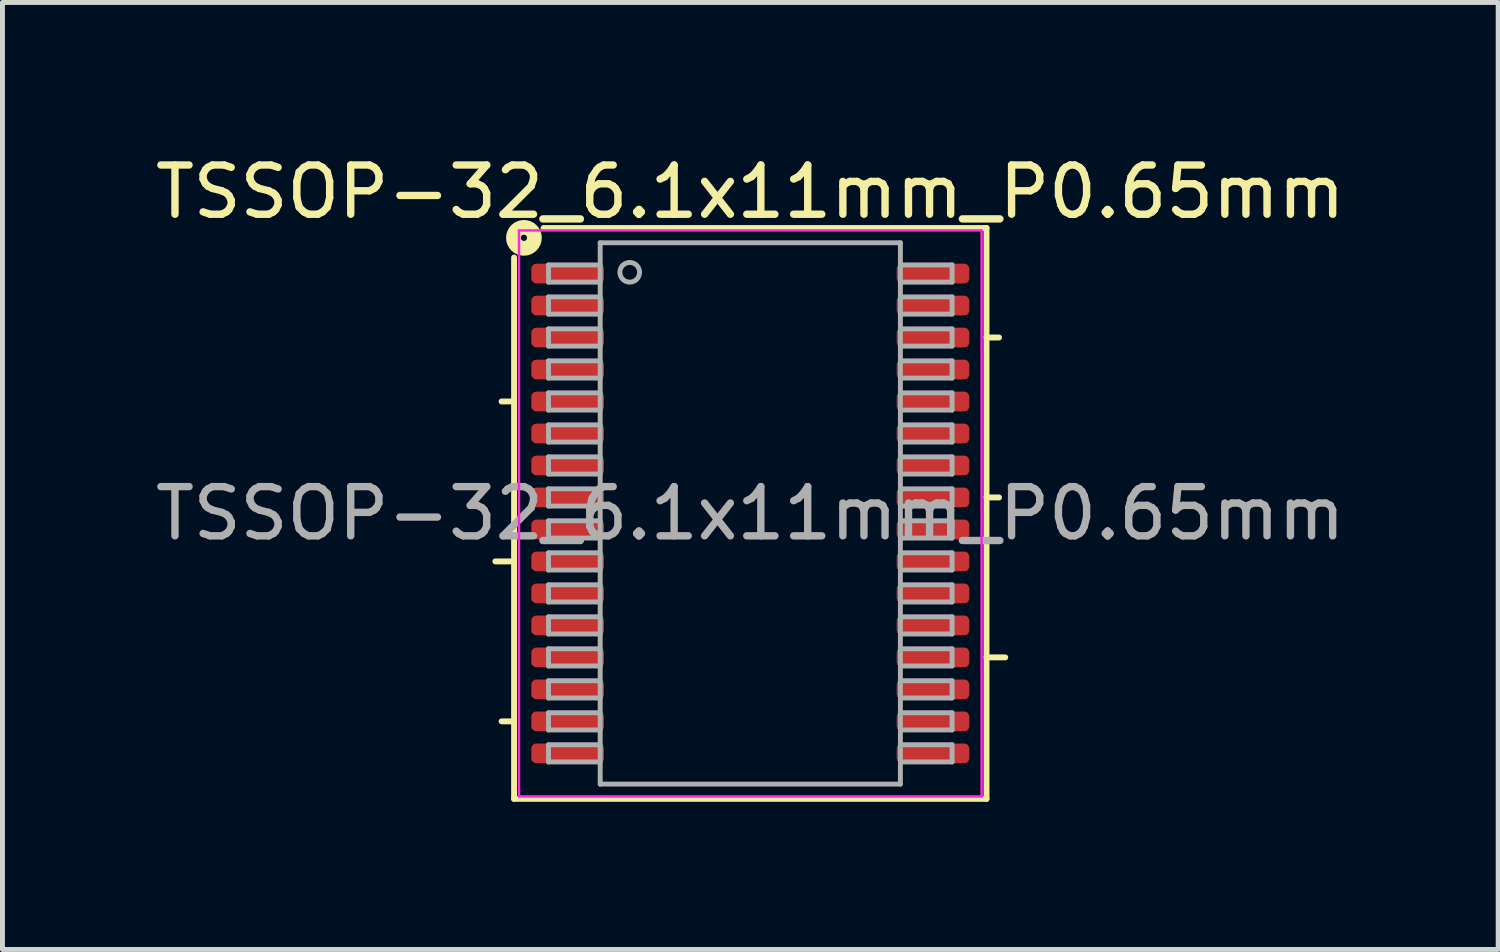
<source format=kicad_pcb>
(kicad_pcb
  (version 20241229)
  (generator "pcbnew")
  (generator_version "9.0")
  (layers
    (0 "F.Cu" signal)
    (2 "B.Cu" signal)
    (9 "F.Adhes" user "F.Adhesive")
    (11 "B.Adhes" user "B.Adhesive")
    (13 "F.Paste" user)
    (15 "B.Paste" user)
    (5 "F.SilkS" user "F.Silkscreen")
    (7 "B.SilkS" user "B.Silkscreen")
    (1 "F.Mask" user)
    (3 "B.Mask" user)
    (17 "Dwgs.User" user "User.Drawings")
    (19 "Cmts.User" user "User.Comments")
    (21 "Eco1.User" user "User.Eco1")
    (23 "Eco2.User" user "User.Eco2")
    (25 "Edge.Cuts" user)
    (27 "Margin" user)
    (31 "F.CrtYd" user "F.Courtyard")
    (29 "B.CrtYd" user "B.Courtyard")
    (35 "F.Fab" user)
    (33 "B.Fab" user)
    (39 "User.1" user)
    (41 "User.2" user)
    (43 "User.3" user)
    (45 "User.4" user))
  (footprint "TSSOP-32_6.1x11mm_P0.65mm"
    (layer "F.Cu")
    (at 12.196 7.383)
    (property "Reference" "TSSOP-32_6.1x11mm_P0.65mm" (at 0 -6.535 0) (layer "F.SilkS") (effects (font (size 1 1) (thickness 0.15))))
    (attr smd)
    (fp_line (start -4.8 -5.2) (end -4.8 5.8) (stroke (width 0.12) (type solid)) (layer "F.SilkS"))
    (fp_line (start -4.8 -2.275) (end -5.054 -2.275) (stroke (width 0.12) (type solid)) (layer "F.SilkS"))
    (fp_line (start -4.8 0.975) (end -5.181 0.975) (stroke (width 0.12) (type solid)) (layer "F.SilkS"))
    (fp_line (start -4.8 4.225) (end -5.054 4.225) (stroke (width 0.12) (type solid)) (layer "F.SilkS"))
    (fp_line (start -4.8 5.8) (end 4.8 5.8) (stroke (width 0.12) (type solid)) (layer "F.SilkS"))
    (fp_line (start 4.8 -5.8) (end -4.2 -5.8) (stroke (width 0.12) (type solid)) (layer "F.SilkS"))
    (fp_line (start 4.8 -3.575) (end 5.054 -3.575) (stroke (width 0.12) (type solid)) (layer "F.SilkS"))
    (fp_line (start 4.8 -0.325) (end 5.054 -0.325) (stroke (width 0.12) (type solid)) (layer "F.SilkS"))
    (fp_line (start 4.8 2.925) (end 5.181 2.925) (stroke (width 0.12) (type solid)) (layer "F.SilkS"))
    (fp_line (start 4.8 5.8) (end 4.8 -5.8) (stroke (width 0.12) (type solid)) (layer "F.SilkS"))
    (fp_circle (center -4.6 -5.6) (end -4.537 -5.6) (stroke (width 0.3) (type solid)) (fill no) (layer "F.SilkS"))
    (fp_line (start -4.7 -5.75) (end -4.7 5.75) (stroke (width 0.05) (type solid)) (layer "F.CrtYd"))
    (fp_line (start -4.7 5.75) (end 4.7 5.75) (stroke (width 0.05) (type solid)) (layer "F.CrtYd"))
    (fp_line (start 4.7 -5.75) (end -4.7 -5.75) (stroke (width 0.05) (type solid)) (layer "F.CrtYd"))
    (fp_line (start 4.7 5.75) (end 4.7 -5.75) (stroke (width 0.05) (type solid)) (layer "F.CrtYd"))
    (fp_line (start -4.1 -5.05) (end -4.1 -4.7) (stroke (width 0.1) (type solid)) (layer "F.Fab"))
    (fp_line (start -4.1 -5.05) (end -3.05 -5.05) (stroke (width 0.1) (type solid)) (layer "F.Fab"))
    (fp_line (start -4.1 -4.7) (end -3.05 -4.7) (stroke (width 0.1) (type solid)) (layer "F.Fab"))
    (fp_line (start -4.1 -4.4) (end -4.1 -4.05) (stroke (width 0.1) (type solid)) (layer "F.Fab"))
    (fp_line (start -4.1 -4.4) (end -3.05 -4.4) (stroke (width 0.1) (type solid)) (layer "F.Fab"))
    (fp_line (start -4.1 -4.05) (end -3.05 -4.05) (stroke (width 0.1) (type solid)) (layer "F.Fab"))
    (fp_line (start -4.1 -3.75) (end -4.1 -3.4) (stroke (width 0.1) (type solid)) (layer "F.Fab"))
    (fp_line (start -4.1 -3.75) (end -3.05 -3.75) (stroke (width 0.1) (type solid)) (layer "F.Fab"))
    (fp_line (start -4.1 -3.4) (end -3.05 -3.4) (stroke (width 0.1) (type solid)) (layer "F.Fab"))
    (fp_line (start -4.1 -3.1) (end -4.1 -2.75) (stroke (width 0.1) (type solid)) (layer "F.Fab"))
    (fp_line (start -4.1 -3.1) (end -3.05 -3.1) (stroke (width 0.1) (type solid)) (layer "F.Fab"))
    (fp_line (start -4.1 -2.75) (end -3.05 -2.75) (stroke (width 0.1) (type solid)) (layer "F.Fab"))
    (fp_line (start -4.1 -2.45) (end -4.1 -2.1) (stroke (width 0.1) (type solid)) (layer "F.Fab"))
    (fp_line (start -4.1 -2.45) (end -3.05 -2.45) (stroke (width 0.1) (type solid)) (layer "F.Fab"))
    (fp_line (start -4.1 -2.1) (end -3.05 -2.1) (stroke (width 0.1) (type solid)) (layer "F.Fab"))
    (fp_line (start -4.1 -1.8) (end -4.1 -1.45) (stroke (width 0.1) (type solid)) (layer "F.Fab"))
    (fp_line (start -4.1 -1.8) (end -3.05 -1.8) (stroke (width 0.1) (type solid)) (layer "F.Fab"))
    (fp_line (start -4.1 -1.45) (end -3.05 -1.45) (stroke (width 0.1) (type solid)) (layer "F.Fab"))
    (fp_line (start -4.1 -1.15) (end -4.1 -0.8) (stroke (width 0.1) (type solid)) (layer "F.Fab"))
    (fp_line (start -4.1 -1.15) (end -3.05 -1.15) (stroke (width 0.1) (type solid)) (layer "F.Fab"))
    (fp_line (start -4.1 -0.8) (end -3.05 -0.8) (stroke (width 0.1) (type solid)) (layer "F.Fab"))
    (fp_line (start -4.1 -0.5) (end -4.1 -0.15) (stroke (width 0.1) (type solid)) (layer "F.Fab"))
    (fp_line (start -4.1 -0.5) (end -3.05 -0.5) (stroke (width 0.1) (type solid)) (layer "F.Fab"))
    (fp_line (start -4.1 -0.15) (end -3.05 -0.15) (stroke (width 0.1) (type solid)) (layer "F.Fab"))
    (fp_line (start -4.1 0.15) (end -4.1 0.5) (stroke (width 0.1) (type solid)) (layer "F.Fab"))
    (fp_line (start -4.1 0.15) (end -3.05 0.15) (stroke (width 0.1) (type solid)) (layer "F.Fab"))
    (fp_line (start -4.1 0.5) (end -3.05 0.5) (stroke (width 0.1) (type solid)) (layer "F.Fab"))
    (fp_line (start -4.1 0.8) (end -4.1 1.15) (stroke (width 0.1) (type solid)) (layer "F.Fab"))
    (fp_line (start -4.1 0.8) (end -3.05 0.8) (stroke (width 0.1) (type solid)) (layer "F.Fab"))
    (fp_line (start -4.1 1.15) (end -3.05 1.15) (stroke (width 0.1) (type solid)) (layer "F.Fab"))
    (fp_line (start -4.1 1.45) (end -4.1 1.8) (stroke (width 0.1) (type solid)) (layer "F.Fab"))
    (fp_line (start -4.1 1.45) (end -3.05 1.45) (stroke (width 0.1) (type solid)) (layer "F.Fab"))
    (fp_line (start -4.1 1.8) (end -3.05 1.8) (stroke (width 0.1) (type solid)) (layer "F.Fab"))
    (fp_line (start -4.1 2.1) (end -4.1 2.45) (stroke (width 0.1) (type solid)) (layer "F.Fab"))
    (fp_line (start -4.1 2.1) (end -3.05 2.1) (stroke (width 0.1) (type solid)) (layer "F.Fab"))
    (fp_line (start -4.1 2.45) (end -3.05 2.45) (stroke (width 0.1) (type solid)) (layer "F.Fab"))
    (fp_line (start -4.1 2.75) (end -4.1 3.1) (stroke (width 0.1) (type solid)) (layer "F.Fab"))
    (fp_line (start -4.1 2.75) (end -3.05 2.75) (stroke (width 0.1) (type solid)) (layer "F.Fab"))
    (fp_line (start -4.1 3.1) (end -3.05 3.1) (stroke (width 0.1) (type solid)) (layer "F.Fab"))
    (fp_line (start -4.1 3.4) (end -4.1 3.75) (stroke (width 0.1) (type solid)) (layer "F.Fab"))
    (fp_line (start -4.1 3.4) (end -3.05 3.4) (stroke (width 0.1) (type solid)) (layer "F.Fab"))
    (fp_line (start -4.1 3.75) (end -3.05 3.75) (stroke (width 0.1) (type solid)) (layer "F.Fab"))
    (fp_line (start -4.1 4.05) (end -4.1 4.4) (stroke (width 0.1) (type solid)) (layer "F.Fab"))
    (fp_line (start -4.1 4.05) (end -3.05 4.05) (stroke (width 0.1) (type solid)) (layer "F.Fab"))
    (fp_line (start -4.1 4.4) (end -3.05 4.4) (stroke (width 0.1) (type solid)) (layer "F.Fab"))
    (fp_line (start -4.1 4.7) (end -4.1 5.05) (stroke (width 0.1) (type solid)) (layer "F.Fab"))
    (fp_line (start -4.1 4.7) (end -3.05 4.7) (stroke (width 0.1) (type solid)) (layer "F.Fab"))
    (fp_line (start -4.1 5.05) (end -3.05 5.05) (stroke (width 0.1) (type solid)) (layer "F.Fab"))
    (fp_line (start -3.05 -5.5) (end 3.05 -5.5) (stroke (width 0.1) (type solid)) (layer "F.Fab"))
    (fp_line (start -3.05 5.5) (end -3.05 -5.5) (stroke (width 0.1) (type solid)) (layer "F.Fab"))
    (fp_line (start 3.05 -5.5) (end 3.05 5.5) (stroke (width 0.1) (type solid)) (layer "F.Fab"))
    (fp_line (start 3.05 5.5) (end -3.05 5.5) (stroke (width 0.1) (type solid)) (layer "F.Fab"))
    (fp_line (start 4.1 -5.05) (end 3.05 -5.05) (stroke (width 0.1) (type solid)) (layer "F.Fab"))
    (fp_line (start 4.1 -4.7) (end 3.05 -4.7) (stroke (width 0.1) (type solid)) (layer "F.Fab"))
    (fp_line (start 4.1 -4.7) (end 4.1 -5.05) (stroke (width 0.1) (type solid)) (layer "F.Fab"))
    (fp_line (start 4.1 -4.4) (end 3.05 -4.4) (stroke (width 0.1) (type solid)) (layer "F.Fab"))
    (fp_line (start 4.1 -4.05) (end 3.05 -4.05) (stroke (width 0.1) (type solid)) (layer "F.Fab"))
    (fp_line (start 4.1 -4.05) (end 4.1 -4.4) (stroke (width 0.1) (type solid)) (layer "F.Fab"))
    (fp_line (start 4.1 -3.75) (end 3.05 -3.75) (stroke (width 0.1) (type solid)) (layer "F.Fab"))
    (fp_line (start 4.1 -3.4) (end 3.05 -3.4) (stroke (width 0.1) (type solid)) (layer "F.Fab"))
    (fp_line (start 4.1 -3.4) (end 4.1 -3.75) (stroke (width 0.1) (type solid)) (layer "F.Fab"))
    (fp_line (start 4.1 -3.1) (end 3.05 -3.1) (stroke (width 0.1) (type solid)) (layer "F.Fab"))
    (fp_line (start 4.1 -2.75) (end 3.05 -2.75) (stroke (width 0.1) (type solid)) (layer "F.Fab"))
    (fp_line (start 4.1 -2.75) (end 4.1 -3.1) (stroke (width 0.1) (type solid)) (layer "F.Fab"))
    (fp_line (start 4.1 -2.45) (end 3.05 -2.45) (stroke (width 0.1) (type solid)) (layer "F.Fab"))
    (fp_line (start 4.1 -2.1) (end 3.05 -2.1) (stroke (width 0.1) (type solid)) (layer "F.Fab"))
    (fp_line (start 4.1 -2.1) (end 4.1 -2.45) (stroke (width 0.1) (type solid)) (layer "F.Fab"))
    (fp_line (start 4.1 -1.8) (end 3.05 -1.8) (stroke (width 0.1) (type solid)) (layer "F.Fab"))
    (fp_line (start 4.1 -1.45) (end 3.05 -1.45) (stroke (width 0.1) (type solid)) (layer "F.Fab"))
    (fp_line (start 4.1 -1.45) (end 4.1 -1.8) (stroke (width 0.1) (type solid)) (layer "F.Fab"))
    (fp_line (start 4.1 -1.15) (end 3.05 -1.15) (stroke (width 0.1) (type solid)) (layer "F.Fab"))
    (fp_line (start 4.1 -0.8) (end 3.05 -0.8) (stroke (width 0.1) (type solid)) (layer "F.Fab"))
    (fp_line (start 4.1 -0.8) (end 4.1 -1.15) (stroke (width 0.1) (type solid)) (layer "F.Fab"))
    (fp_line (start 4.1 -0.5) (end 3.05 -0.5) (stroke (width 0.1) (type solid)) (layer "F.Fab"))
    (fp_line (start 4.1 -0.15) (end 3.05 -0.15) (stroke (width 0.1) (type solid)) (layer "F.Fab"))
    (fp_line (start 4.1 -0.15) (end 4.1 -0.5) (stroke (width 0.1) (type solid)) (layer "F.Fab"))
    (fp_line (start 4.1 0.15) (end 3.05 0.15) (stroke (width 0.1) (type solid)) (layer "F.Fab"))
    (fp_line (start 4.1 0.5) (end 3.05 0.5) (stroke (width 0.1) (type solid)) (layer "F.Fab"))
    (fp_line (start 4.1 0.5) (end 4.1 0.15) (stroke (width 0.1) (type solid)) (layer "F.Fab"))
    (fp_line (start 4.1 0.8) (end 3.05 0.8) (stroke (width 0.1) (type solid)) (layer "F.Fab"))
    (fp_line (start 4.1 1.15) (end 3.05 1.15) (stroke (width 0.1) (type solid)) (layer "F.Fab"))
    (fp_line (start 4.1 1.15) (end 4.1 0.8) (stroke (width 0.1) (type solid)) (layer "F.Fab"))
    (fp_line (start 4.1 1.45) (end 3.05 1.45) (stroke (width 0.1) (type solid)) (layer "F.Fab"))
    (fp_line (start 4.1 1.8) (end 3.05 1.8) (stroke (width 0.1) (type solid)) (layer "F.Fab"))
    (fp_line (start 4.1 1.8) (end 4.1 1.45) (stroke (width 0.1) (type solid)) (layer "F.Fab"))
    (fp_line (start 4.1 2.1) (end 3.05 2.1) (stroke (width 0.1) (type solid)) (layer "F.Fab"))
    (fp_line (start 4.1 2.45) (end 3.05 2.45) (stroke (width 0.1) (type solid)) (layer "F.Fab"))
    (fp_line (start 4.1 2.45) (end 4.1 2.1) (stroke (width 0.1) (type solid)) (layer "F.Fab"))
    (fp_line (start 4.1 2.75) (end 3.05 2.75) (stroke (width 0.1) (type solid)) (layer "F.Fab"))
    (fp_line (start 4.1 3.1) (end 3.05 3.1) (stroke (width 0.1) (type solid)) (layer "F.Fab"))
    (fp_line (start 4.1 3.1) (end 4.1 2.75) (stroke (width 0.1) (type solid)) (layer "F.Fab"))
    (fp_line (start 4.1 3.4) (end 3.05 3.4) (stroke (width 0.1) (type solid)) (layer "F.Fab"))
    (fp_line (start 4.1 3.75) (end 3.05 3.75) (stroke (width 0.1) (type solid)) (layer "F.Fab"))
    (fp_line (start 4.1 3.75) (end 4.1 3.4) (stroke (width 0.1) (type solid)) (layer "F.Fab"))
    (fp_line (start 4.1 4.05) (end 3.05 4.05) (stroke (width 0.1) (type solid)) (layer "F.Fab"))
    (fp_line (start 4.1 4.4) (end 3.05 4.4) (stroke (width 0.1) (type solid)) (layer "F.Fab"))
    (fp_line (start 4.1 4.4) (end 4.1 4.05) (stroke (width 0.1) (type solid)) (layer "F.Fab"))
    (fp_line (start 4.1 4.7) (end 3.05 4.7) (stroke (width 0.1) (type solid)) (layer "F.Fab"))
    (fp_line (start 4.1 5.05) (end 3.05 5.05) (stroke (width 0.1) (type solid)) (layer "F.Fab"))
    (fp_line (start 4.1 5.05) (end 4.1 4.7) (stroke (width 0.1) (type solid)) (layer "F.Fab"))
    (fp_circle (center -2.45 -4.9) (end -2.25 -4.9) (stroke (width 0.1) (type solid)) (fill no) (layer "F.Fab"))
    (fp_text user "${REFERENCE}" (at 0 0 0) (layer "F.Fab") (effects (font (size 1 1) (thickness 0.15))))
    (pad "1" smd roundrect (at -3.712 -4.875) (size 1.475 0.4) (layers "F.Cu" "F.Mask" "F.Paste") (roundrect_rratio 0.25))
    (pad "2" smd roundrect (at -3.712 -4.225) (size 1.475 0.4) (layers "F.Cu" "F.Mask" "F.Paste") (roundrect_rratio 0.25))
    (pad "3" smd roundrect (at -3.712 -3.575) (size 1.475 0.4) (layers "F.Cu" "F.Mask" "F.Paste") (roundrect_rratio 0.25))
    (pad "4" smd roundrect (at -3.712 -2.925) (size 1.475 0.4) (layers "F.Cu" "F.Mask" "F.Paste") (roundrect_rratio 0.25))
    (pad "5" smd roundrect (at -3.712 -2.275) (size 1.475 0.4) (layers "F.Cu" "F.Mask" "F.Paste") (roundrect_rratio 0.25))
    (pad "6" smd roundrect (at -3.712 -1.625) (size 1.475 0.4) (layers "F.Cu" "F.Mask" "F.Paste") (roundrect_rratio 0.25))
    (pad "7" smd roundrect (at -3.712 -0.975) (size 1.475 0.4) (layers "F.Cu" "F.Mask" "F.Paste") (roundrect_rratio 0.25))
    (pad "8" smd roundrect (at -3.712 -0.325) (size 1.475 0.4) (layers "F.Cu" "F.Mask" "F.Paste") (roundrect_rratio 0.25))
    (pad "9" smd roundrect (at -3.712 0.325) (size 1.475 0.4) (layers "F.Cu" "F.Mask" "F.Paste") (roundrect_rratio 0.25))
    (pad "10" smd roundrect (at -3.712 0.975) (size 1.475 0.4) (layers "F.Cu" "F.Mask" "F.Paste") (roundrect_rratio 0.25))
    (pad "11" smd roundrect (at -3.712 1.625) (size 1.475 0.4) (layers "F.Cu" "F.Mask" "F.Paste") (roundrect_rratio 0.25))
    (pad "12" smd roundrect (at -3.712 2.275) (size 1.475 0.4) (layers "F.Cu" "F.Mask" "F.Paste") (roundrect_rratio 0.25))
    (pad "13" smd roundrect (at -3.712 2.925) (size 1.475 0.4) (layers "F.Cu" "F.Mask" "F.Paste") (roundrect_rratio 0.25))
    (pad "14" smd roundrect (at -3.712 3.575) (size 1.475 0.4) (layers "F.Cu" "F.Mask" "F.Paste") (roundrect_rratio 0.25))
    (pad "15" smd roundrect (at -3.712 4.225) (size 1.475 0.4) (layers "F.Cu" "F.Mask" "F.Paste") (roundrect_rratio 0.25))
    (pad "16" smd roundrect (at -3.712 4.875) (size 1.475 0.4) (layers "F.Cu" "F.Mask" "F.Paste") (roundrect_rratio 0.25))
    (pad "17" smd roundrect (at 3.712 4.875) (size 1.475 0.4) (layers "F.Cu" "F.Mask" "F.Paste") (roundrect_rratio 0.25))
    (pad "18" smd roundrect (at 3.712 4.225) (size 1.475 0.4) (layers "F.Cu" "F.Mask" "F.Paste") (roundrect_rratio 0.25))
    (pad "19" smd roundrect (at 3.712 3.575) (size 1.475 0.4) (layers "F.Cu" "F.Mask" "F.Paste") (roundrect_rratio 0.25))
    (pad "20" smd roundrect (at 3.712 2.925) (size 1.475 0.4) (layers "F.Cu" "F.Mask" "F.Paste") (roundrect_rratio 0.25))
    (pad "21" smd roundrect (at 3.712 2.275) (size 1.475 0.4) (layers "F.Cu" "F.Mask" "F.Paste") (roundrect_rratio 0.25))
    (pad "22" smd roundrect (at 3.712 1.625) (size 1.475 0.4) (layers "F.Cu" "F.Mask" "F.Paste") (roundrect_rratio 0.25))
    (pad "23" smd roundrect (at 3.712 0.975) (size 1.475 0.4) (layers "F.Cu" "F.Mask" "F.Paste") (roundrect_rratio 0.25))
    (pad "24" smd roundrect (at 3.712 0.325) (size 1.475 0.4) (layers "F.Cu" "F.Mask" "F.Paste") (roundrect_rratio 0.25))
    (pad "25" smd roundrect (at 3.712 -0.325) (size 1.475 0.4) (layers "F.Cu" "F.Mask" "F.Paste") (roundrect_rratio 0.25))
    (pad "26" smd roundrect (at 3.712 -0.975) (size 1.475 0.4) (layers "F.Cu" "F.Mask" "F.Paste") (roundrect_rratio 0.25))
    (pad "27" smd roundrect (at 3.712 -1.625) (size 1.475 0.4) (layers "F.Cu" "F.Mask" "F.Paste") (roundrect_rratio 0.25))
    (pad "28" smd roundrect (at 3.712 -2.275) (size 1.475 0.4) (layers "F.Cu" "F.Mask" "F.Paste") (roundrect_rratio 0.25))
    (pad "29" smd roundrect (at 3.712 -2.925) (size 1.475 0.4) (layers "F.Cu" "F.Mask" "F.Paste") (roundrect_rratio 0.25))
    (pad "30" smd roundrect (at 3.712 -3.575) (size 1.475 0.4) (layers "F.Cu" "F.Mask" "F.Paste") (roundrect_rratio 0.25))
    (pad "31" smd roundrect (at 3.712 -4.225) (size 1.475 0.4) (layers "F.Cu" "F.Mask" "F.Paste") (roundrect_rratio 0.25))
    (pad "32" smd roundrect (at 3.712 -4.875) (size 1.475 0.4) (layers "F.Cu" "F.Mask" "F.Paste") (roundrect_rratio 0.25)))
  (gr_rect
    (start -3 -3)
    (end 27.393 16.243)
    (stroke (width 0.1) (type default))
    (fill no)
    (layer "Edge.Cuts")))
</source>
